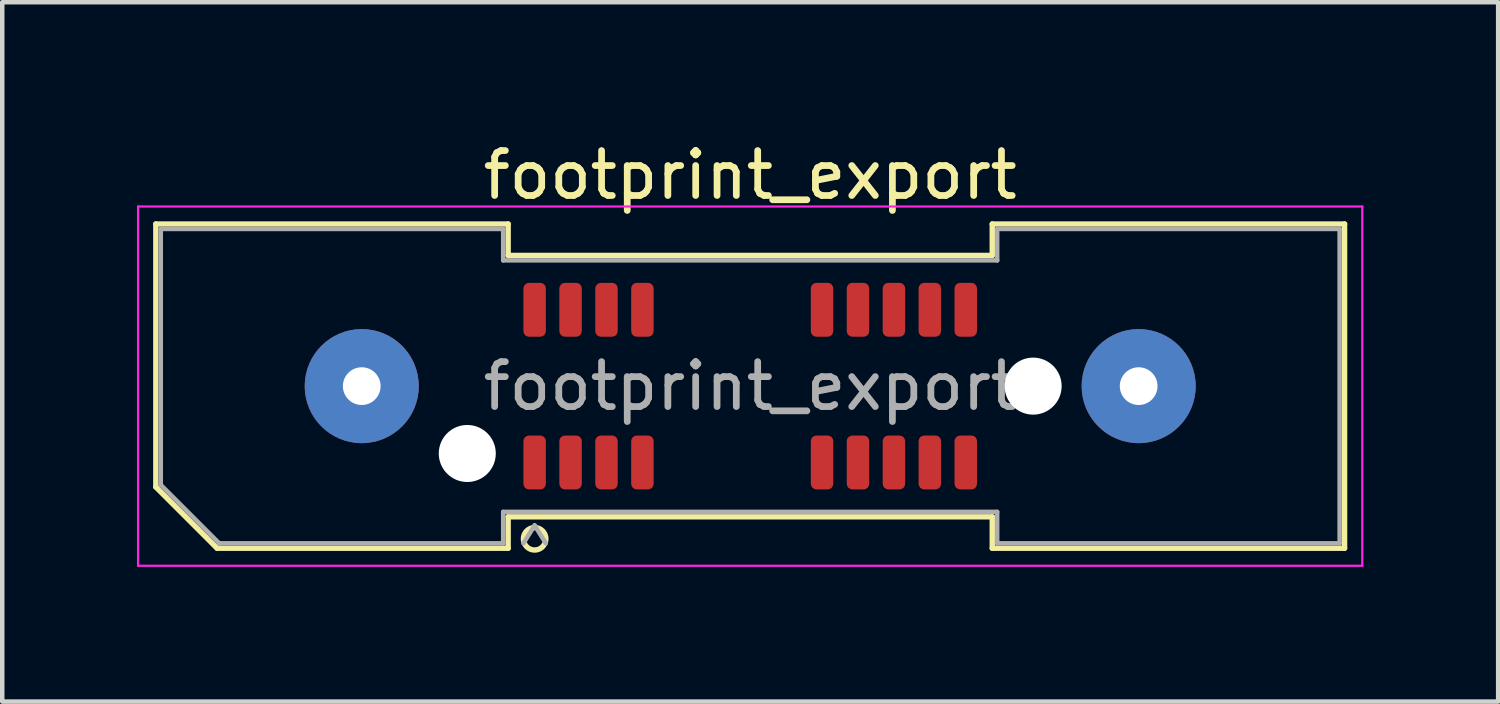
<source format=kicad_pcb>
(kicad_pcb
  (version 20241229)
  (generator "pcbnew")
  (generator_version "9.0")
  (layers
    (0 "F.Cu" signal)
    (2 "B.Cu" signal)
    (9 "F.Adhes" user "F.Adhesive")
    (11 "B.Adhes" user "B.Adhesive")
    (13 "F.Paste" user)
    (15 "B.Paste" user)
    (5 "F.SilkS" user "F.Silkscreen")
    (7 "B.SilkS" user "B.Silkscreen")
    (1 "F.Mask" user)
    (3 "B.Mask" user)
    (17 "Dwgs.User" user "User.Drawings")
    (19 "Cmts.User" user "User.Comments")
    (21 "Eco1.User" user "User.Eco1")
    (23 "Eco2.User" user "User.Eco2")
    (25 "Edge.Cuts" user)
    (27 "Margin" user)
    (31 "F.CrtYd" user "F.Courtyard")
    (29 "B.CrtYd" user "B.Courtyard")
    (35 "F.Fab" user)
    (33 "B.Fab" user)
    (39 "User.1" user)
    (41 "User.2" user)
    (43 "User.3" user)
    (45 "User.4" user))
  (footprint "footprint_export"
    (layer "F.Cu")
    (at 13.655 5.548)
    (property "Reference" "footprint_export" (at 0 -4.7 0) (layer "F.SilkS") (effects (font (size 1 1) (thickness 0.15))))
    (attr smd)
    (fp_line (start -13.235 -3.61) (end -5.39 -3.61) (stroke (width 0.12) (type solid)) (layer "F.SilkS"))
    (fp_line (start -13.235 2.246) (end -13.235 -3.61) (stroke (width 0.12) (type solid)) (layer "F.SilkS"))
    (fp_line (start -11.871 3.61) (end -13.235 2.246) (stroke (width 0.12) (type solid)) (layer "F.SilkS"))
    (fp_line (start -5.39 -3.61) (end -5.39 -2.91) (stroke (width 0.12) (type solid)) (layer "F.SilkS"))
    (fp_line (start -5.39 -2.91) (end 5.39 -2.91) (stroke (width 0.12) (type solid)) (layer "F.SilkS"))
    (fp_line (start -5.39 2.91) (end -5.39 3.61) (stroke (width 0.12) (type solid)) (layer "F.SilkS"))
    (fp_line (start -5.39 3.61) (end -11.871 3.61) (stroke (width 0.12) (type solid)) (layer "F.SilkS"))
    (fp_line (start 5.39 -3.61) (end 13.235 -3.61) (stroke (width 0.12) (type solid)) (layer "F.SilkS"))
    (fp_line (start 5.39 -2.91) (end 5.39 -3.61) (stroke (width 0.12) (type solid)) (layer "F.SilkS"))
    (fp_line (start 5.39 2.91) (end -5.39 2.91) (stroke (width 0.12) (type solid)) (layer "F.SilkS"))
    (fp_line (start 5.39 3.61) (end 5.39 2.91) (stroke (width 0.12) (type solid)) (layer "F.SilkS"))
    (fp_line (start 13.235 -3.61) (end 13.235 3.61) (stroke (width 0.12) (type solid)) (layer "F.SilkS"))
    (fp_line (start 13.235 3.61) (end 5.39 3.61) (stroke (width 0.12) (type solid)) (layer "F.SilkS"))
    (fp_circle (center -4.8 3.4) (end -4.55 3.4) (stroke (width 0.12) (type solid)) (fill no) (layer "F.SilkS"))
    (fp_line (start -13.63 -4) (end -13.63 4) (stroke (width 0.05) (type solid)) (layer "F.CrtYd"))
    (fp_line (start -13.63 4) (end 13.63 4) (stroke (width 0.05) (type solid)) (layer "F.CrtYd"))
    (fp_line (start 13.63 -4) (end -13.63 -4) (stroke (width 0.05) (type solid)) (layer "F.CrtYd"))
    (fp_line (start 13.63 4) (end 13.63 -4) (stroke (width 0.05) (type solid)) (layer "F.CrtYd"))
    (fp_line (start -13.125 -3.5) (end -5.5 -3.5) (stroke (width 0.1) (type solid)) (layer "F.Fab"))
    (fp_line (start -13.125 2.2) (end -13.125 -3.5) (stroke (width 0.1) (type solid)) (layer "F.Fab"))
    (fp_line (start -11.825 3.5) (end -13.125 2.2) (stroke (width 0.1) (type solid)) (layer "F.Fab"))
    (fp_line (start -5.5 -3.5) (end -5.5 -2.8) (stroke (width 0.1) (type solid)) (layer "F.Fab"))
    (fp_line (start -5.5 -2.8) (end 5.5 -2.8) (stroke (width 0.1) (type solid)) (layer "F.Fab"))
    (fp_line (start -5.5 2.8) (end -5.5 3.5) (stroke (width 0.1) (type solid)) (layer "F.Fab"))
    (fp_line (start -5.5 3.5) (end -11.825 3.5) (stroke (width 0.1) (type solid)) (layer "F.Fab"))
    (fp_line (start -4.8 3.1) (end -5.05 3.5) (stroke (width 0.1) (type solid)) (layer "F.Fab"))
    (fp_line (start -4.8 3.1) (end -4.55 3.5) (stroke (width 0.1) (type solid)) (layer "F.Fab"))
    (fp_line (start 5.5 -3.5) (end 13.125 -3.5) (stroke (width 0.1) (type solid)) (layer "F.Fab"))
    (fp_line (start 5.5 -2.8) (end 5.5 -3.5) (stroke (width 0.1) (type solid)) (layer "F.Fab"))
    (fp_line (start 5.5 2.8) (end -5.5 2.8) (stroke (width 0.1) (type solid)) (layer "F.Fab"))
    (fp_line (start 5.5 3.5) (end 5.5 2.8) (stroke (width 0.1) (type solid)) (layer "F.Fab"))
    (fp_line (start 13.125 -3.5) (end 13.125 3.5) (stroke (width 0.1) (type solid)) (layer "F.Fab"))
    (fp_line (start 13.125 3.5) (end 5.5 3.5) (stroke (width 0.1) (type solid)) (layer "F.Fab"))
    (fp_text user "${REFERENCE}" (at 0 0 0) (layer "F.Fab") (effects (font (size 1 1) (thickness 0.15))))
    (pad "" thru_hole circle (at -8.65 0) (size 2.54 2.54) (drill 0.84) (layers "*.Cu" "*.Mask" "F.Paste"))
    (pad "" np_thru_hole circle (at -6.3 1.5) (size 1.27 1.27) (drill 1.27) (layers "*.Cu" "*.Mask"))
    (pad "" np_thru_hole circle (at 6.3 0) (size 1.27 1.27) (drill 1.27) (layers "*.Cu" "*.Mask"))
    (pad "" thru_hole circle (at 8.65 0) (size 2.54 2.54) (drill 0.84) (layers "*.Cu" "*.Mask" "F.Paste"))
    (pad "1" smd roundrect (at -4.8 1.7) (size 0.5 1.2) (layers "F.Cu" "F.Mask" "F.Paste") (roundrect_rratio 0.25))
    (pad "2" smd roundrect (at -4.8 -1.7) (size 0.5 1.2) (layers "F.Cu" "F.Mask" "F.Paste") (roundrect_rratio 0.25))
    (pad "3" smd roundrect (at -4 1.7) (size 0.5 1.2) (layers "F.Cu" "F.Mask" "F.Paste") (roundrect_rratio 0.25))
    (pad "4" smd roundrect (at -4 -1.7) (size 0.5 1.2) (layers "F.Cu" "F.Mask" "F.Paste") (roundrect_rratio 0.25))
    (pad "5" smd roundrect (at -3.2 1.7) (size 0.5 1.2) (layers "F.Cu" "F.Mask" "F.Paste") (roundrect_rratio 0.25))
    (pad "6" smd roundrect (at -3.2 -1.7) (size 0.5 1.2) (layers "F.Cu" "F.Mask" "F.Paste") (roundrect_rratio 0.25))
    (pad "7" smd roundrect (at -2.4 1.7) (size 0.5 1.2) (layers "F.Cu" "F.Mask" "F.Paste") (roundrect_rratio 0.25))
    (pad "8" smd roundrect (at -2.4 -1.7) (size 0.5 1.2) (layers "F.Cu" "F.Mask" "F.Paste") (roundrect_rratio 0.25))
    (pad "9" smd roundrect (at 1.6 1.7) (size 0.5 1.2) (layers "F.Cu" "F.Mask" "F.Paste") (roundrect_rratio 0.25))
    (pad "10" smd roundrect (at 1.6 -1.7) (size 0.5 1.2) (layers "F.Cu" "F.Mask" "F.Paste") (roundrect_rratio 0.25))
    (pad "11" smd roundrect (at 2.4 1.7) (size 0.5 1.2) (layers "F.Cu" "F.Mask" "F.Paste") (roundrect_rratio 0.25))
    (pad "12" smd roundrect (at 2.4 -1.7) (size 0.5 1.2) (layers "F.Cu" "F.Mask" "F.Paste") (roundrect_rratio 0.25))
    (pad "13" smd roundrect (at 3.2 1.7) (size 0.5 1.2) (layers "F.Cu" "F.Mask" "F.Paste") (roundrect_rratio 0.25))
    (pad "14" smd roundrect (at 3.2 -1.7) (size 0.5 1.2) (layers "F.Cu" "F.Mask" "F.Paste") (roundrect_rratio 0.25))
    (pad "15" smd roundrect (at 4 1.7) (size 0.5 1.2) (layers "F.Cu" "F.Mask" "F.Paste") (roundrect_rratio 0.25))
    (pad "16" smd roundrect (at 4 -1.7) (size 0.5 1.2) (layers "F.Cu" "F.Mask" "F.Paste") (roundrect_rratio 0.25))
    (pad "17" smd roundrect (at 4.8 1.7) (size 0.5 1.2) (layers "F.Cu" "F.Mask" "F.Paste") (roundrect_rratio 0.25))
    (pad "18" smd roundrect (at 4.8 -1.7) (size 0.5 1.2) (layers "F.Cu" "F.Mask" "F.Paste") (roundrect_rratio 0.25)))
  (gr_rect
    (start -3 -3)
    (end 30.31 12.573)
    (stroke (width 0.1) (type default))
    (fill no)
    (layer "Edge.Cuts")))
</source>
